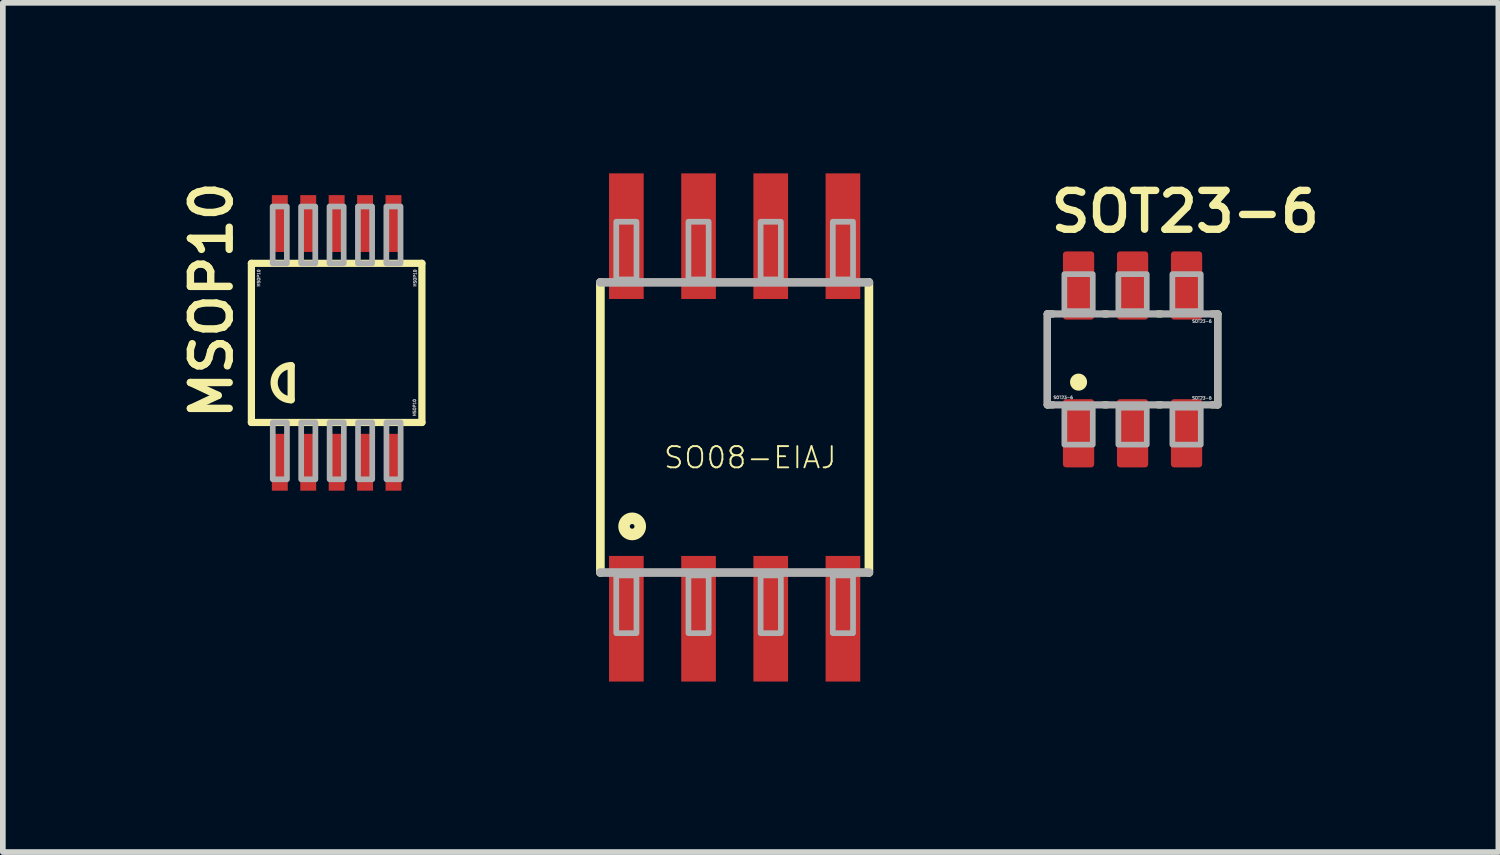
<source format=kicad_pcb>
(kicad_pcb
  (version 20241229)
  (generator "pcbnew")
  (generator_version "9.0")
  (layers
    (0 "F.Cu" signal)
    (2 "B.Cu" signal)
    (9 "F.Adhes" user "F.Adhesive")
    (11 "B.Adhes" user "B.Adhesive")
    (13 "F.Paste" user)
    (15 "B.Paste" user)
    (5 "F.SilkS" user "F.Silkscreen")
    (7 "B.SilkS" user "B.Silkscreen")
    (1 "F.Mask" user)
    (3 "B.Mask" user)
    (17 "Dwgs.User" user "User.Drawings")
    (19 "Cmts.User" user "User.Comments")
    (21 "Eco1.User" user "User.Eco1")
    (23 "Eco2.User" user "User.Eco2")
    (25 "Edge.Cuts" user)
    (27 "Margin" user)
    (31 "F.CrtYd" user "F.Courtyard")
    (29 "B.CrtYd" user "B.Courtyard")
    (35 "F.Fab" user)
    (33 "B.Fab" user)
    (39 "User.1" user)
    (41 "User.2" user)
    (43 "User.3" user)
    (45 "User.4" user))
  (footprint "SOT23-6"
    (layer "F.Cu")
    (at 16.876 3.273)
    (property "Reference" "SOT23-6" (at -1.5 -2.2 0) (layer "F.SilkS") (effects (font (size 0.683 0.683) (thickness 0.13)) (justify left bottom)))
    (property "Value" "SOT23-6" (at -1.4 -0.65 0) (layer "F.Fab") (hide yes) (effects (font (size 0.05 0.05) (thickness 0.15)) (justify left bottom)))
    (fp_line (start -1.5 0.8) (end -1.5 -0.8) (stroke (width 0.127) (type solid)) (layer "F.SilkS"))
    (fp_line (start -1.4 -0.8) (end -1.5 -0.8) (stroke (width 0.127) (type solid)) (layer "F.SilkS"))
    (fp_line (start -1.4 0.8) (end -1.5 0.8) (stroke (width 0.127) (type solid)) (layer "F.SilkS"))
    (fp_line (start -0.45 -0.8) (end -0.5 -0.8) (stroke (width 0.127) (type solid)) (layer "F.SilkS"))
    (fp_line (start -0.45 0.8) (end -0.5 0.8) (stroke (width 0.127) (type solid)) (layer "F.SilkS"))
    (fp_line (start 0.5 -0.8) (end 0.45 -0.8) (stroke (width 0.127) (type solid)) (layer "F.SilkS"))
    (fp_line (start 0.5 0.8) (end 0.45 0.8) (stroke (width 0.127) (type solid)) (layer "F.SilkS"))
    (fp_line (start 1.5 -0.8) (end 1.4 -0.8) (stroke (width 0.127) (type solid)) (layer "F.SilkS"))
    (fp_line (start 1.5 -0.8) (end 1.5 0.8) (stroke (width 0.127) (type solid)) (layer "F.SilkS"))
    (fp_line (start 1.5 0.8) (end 1.4 0.8) (stroke (width 0.127) (type solid)) (layer "F.SilkS"))
    (fp_circle (center -0.95 0.4) (end -0.875 0.4) (stroke (width 0.15) (type solid)) (fill yes) (layer "F.SilkS"))
    (fp_line (start -1.5 -0.8) (end 1.5 -0.8) (stroke (width 0.127) (type solid)) (layer "F.Fab"))
    (fp_line (start -1.5 0.8) (end -1.5 -0.8) (stroke (width 0.127) (type solid)) (layer "F.Fab"))
    (fp_line (start 1.5 0.8) (end -1.5 0.8) (stroke (width 0.127) (type solid)) (layer "F.Fab"))
    (fp_line (start 1.5 0.8) (end 1.5 -0.8) (stroke (width 0.127) (type solid)) (layer "F.Fab"))
    (fp_poly (pts (xy -1.2 -0.85) (xy -0.7 -0.85) (xy -0.7 -1.5) (xy -1.2 -1.5)) (stroke (width 0.1) (type default)) (fill no) (layer "F.Fab"))
    (fp_poly (pts (xy -1.2 1.5) (xy -0.7 1.5) (xy -0.7 0.85) (xy -1.2 0.85)) (stroke (width 0.1) (type default)) (fill no) (layer "F.Fab"))
    (fp_poly (pts (xy -0.25 -0.85) (xy 0.25 -0.85) (xy 0.25 -1.5) (xy -0.25 -1.5)) (stroke (width 0.1) (type default)) (fill no) (layer "F.Fab"))
    (fp_poly (pts (xy -0.25 1.5) (xy 0.25 1.5) (xy 0.25 0.85) (xy -0.25 0.85)) (stroke (width 0.1) (type default)) (fill no) (layer "F.Fab"))
    (fp_poly (pts (xy 0.7 -0.85) (xy 1.2 -0.85) (xy 1.2 -1.5) (xy 0.7 -1.5)) (stroke (width 0.1) (type default)) (fill no) (layer "F.Fab"))
    (fp_poly (pts (xy 0.7 1.5) (xy 1.2 1.5) (xy 1.2 0.85) (xy 0.7 0.85)) (stroke (width 0.1) (type default)) (fill no) (layer "F.Fab"))
    (fp_text user "${VALUE}" (at 1.4 -0.7 0) (layer "F.Fab") (effects (font (size 0.05 0.05) (thickness 0.15)) (justify right top)))
    (fp_text user "${VALUE}" (at 1.4 0.65 0) (layer "F.Fab") (effects (font (size 0.05 0.05) (thickness 0.15)) (justify right top)))
    (fp_text user "${VALUE}" (at -1.4 0.7 0) (layer "F.Fab") (effects (font (size 0.05 0.05) (thickness 0.15)) (justify left bottom)))
    (pad "1" smd roundrect (at -0.95 1.3) (size 0.55 1.2) (layers "F.Cu" "F.Mask" "F.Paste") (roundrect_rratio 0.1))
    (pad "2" smd roundrect (at 0 1.3) (size 0.55 1.2) (layers "F.Cu" "F.Mask" "F.Paste") (roundrect_rratio 0.1))
    (pad "3" smd roundrect (at 0.95 1.3) (size 0.55 1.2) (layers "F.Cu" "F.Mask" "F.Paste") (roundrect_rratio 0.1))
    (pad "4" smd roundrect (at 0.95 -1.3) (size 0.55 1.2) (layers "F.Cu" "F.Mask" "F.Paste") (roundrect_rratio 0.1))
    (pad "5" smd roundrect (at 0 -1.3) (size 0.55 1.2) (layers "F.Cu" "F.Mask" "F.Paste") (roundrect_rratio 0.1))
    (pad "6" smd roundrect (at -0.95 -1.3) (size 0.55 1.2) (layers "F.Cu" "F.Mask" "F.Paste") (roundrect_rratio 0.1)))
  (footprint "MSOP10"
    (layer "F.Cu")
    (at 2.873 2.983)
    (property "Reference" "MSOP10" (at -1.8 1.4 90) (layer "F.SilkS") (effects (font (size 0.683 0.683) (thickness 0.13)) (justify left bottom)))
    (property "Value" "MSOP10" (at -1.35 1.3 90) (layer "F.Fab") (hide yes) (effects (font (size 0.05 0.05) (thickness 0.15)) (justify left bottom)))
    (fp_line (start -1.5 -1.4) (end 1.5 -1.4) (stroke (width 0.127) (type solid)) (layer "F.SilkS"))
    (fp_line (start -1.5 1.4) (end -1.5 -1.4) (stroke (width 0.127) (type solid)) (layer "F.SilkS"))
    (fp_line (start -0.8 0.4) (end -0.8 1) (stroke (width 0.127) (type solid)) (layer "F.SilkS"))
    (fp_line (start 1.5 -1.4) (end 1.5 1.4) (stroke (width 0.127) (type solid)) (layer "F.SilkS"))
    (fp_line (start 1.5 1.4) (end -1.5 1.4) (stroke (width 0.127) (type solid)) (layer "F.SilkS"))
    (fp_arc (start -0.8 1) (mid -1.1 0.7) (end -0.8 0.4) (stroke (width 0.127) (type solid)) (layer "F.SilkS"))
    (fp_poly (pts (xy -1.126 -1.4) (xy -0.876 -1.4) (xy -0.876 -2.4) (xy -1.126 -2.4)) (stroke (width 0.1) (type default)) (fill no) (layer "F.Fab"))
    (fp_poly (pts (xy -1.124 2.4) (xy -0.874 2.4) (xy -0.874 1.4) (xy -1.124 1.4)) (stroke (width 0.1) (type default)) (fill no) (layer "F.Fab"))
    (fp_poly (pts (xy -0.626 -1.4) (xy -0.376 -1.4) (xy -0.376 -2.4) (xy -0.626 -2.4)) (stroke (width 0.1) (type default)) (fill no) (layer "F.Fab"))
    (fp_poly (pts (xy -0.624 2.4) (xy -0.374 2.4) (xy -0.374 1.4) (xy -0.624 1.4)) (stroke (width 0.1) (type default)) (fill no) (layer "F.Fab"))
    (fp_poly (pts (xy -0.126 -1.4) (xy 0.124 -1.4) (xy 0.124 -2.4) (xy -0.126 -2.4)) (stroke (width 0.1) (type default)) (fill no) (layer "F.Fab"))
    (fp_poly (pts (xy -0.124 2.4) (xy 0.126 2.4) (xy 0.126 1.4) (xy -0.124 1.4)) (stroke (width 0.1) (type default)) (fill no) (layer "F.Fab"))
    (fp_poly (pts (xy 0.374 -1.4) (xy 0.624 -1.4) (xy 0.624 -2.4) (xy 0.374 -2.4)) (stroke (width 0.1) (type default)) (fill no) (layer "F.Fab"))
    (fp_poly (pts (xy 0.376 2.4) (xy 0.626 2.4) (xy 0.626 1.4) (xy 0.376 1.4)) (stroke (width 0.1) (type default)) (fill no) (layer "F.Fab"))
    (fp_poly (pts (xy 0.874 -1.4) (xy 1.124 -1.4) (xy 1.124 -2.4) (xy 0.874 -2.4)) (stroke (width 0.1) (type default)) (fill no) (layer "F.Fab"))
    (fp_poly (pts (xy 0.876 2.4) (xy 1.126 2.4) (xy 1.126 1.4) (xy 0.876 1.4)) (stroke (width 0.1) (type default)) (fill no) (layer "F.Fab"))
    (fp_text user "${VALUE}" (at -1.4 -1.3 90) (layer "F.Fab") (effects (font (size 0.05 0.05) (thickness 0.15)) (justify right top)))
    (fp_text user "${VALUE}" (at 1.4 1.3 90) (layer "F.Fab") (effects (font (size 0.05 0.05) (thickness 0.15)) (justify left bottom)))
    (fp_text user "${VALUE}" (at 1.35 -1.3 90) (layer "F.Fab") (effects (font (size 0.05 0.05) (thickness 0.15)) (justify right top)))
    (pad "1" smd rect (at -1 2.1) (size 0.28 1) (layers "F.Cu" "F.Mask" "F.Paste"))
    (pad "2" smd rect (at -0.5 2.1) (size 0.28 1) (layers "F.Cu" "F.Mask" "F.Paste"))
    (pad "3" smd rect (at 0 2.1) (size 0.28 1) (layers "F.Cu" "F.Mask" "F.Paste"))
    (pad "4" smd rect (at 0.5 2.1) (size 0.28 1) (layers "F.Cu" "F.Mask" "F.Paste"))
    (pad "5" smd rect (at 1 2.1) (size 0.28 1) (layers "F.Cu" "F.Mask" "F.Paste"))
    (pad "6" smd rect (at 1 -2.1 180) (size 0.28 1) (layers "F.Cu" "F.Mask" "F.Paste"))
    (pad "7" smd rect (at 0.5 -2.1 180) (size 0.28 1) (layers "F.Cu" "F.Mask" "F.Paste"))
    (pad "8" smd rect (at 0 -2.1 180) (size 0.28 1) (layers "F.Cu" "F.Mask" "F.Paste"))
    (pad "9" smd rect (at -0.5 -2.1 180) (size 0.28 1) (layers "F.Cu" "F.Mask" "F.Paste"))
    (pad "10" smd rect (at -1 -2.1 180) (size 0.28 1) (layers "F.Cu" "F.Mask" "F.Paste")))
  (footprint "SO08-EIAJ"
    (layer "F.Cu")
    (at 9.875 4.458)
    (property "Reference" "SO08-EIAJ" (at -1.27 0.762 0) (layer "F.SilkS") (effects (font (size 0.374 0.374) (thickness 0.033)) (justify left bottom)))
    (fp_line (start -2.362 -2.54) (end -2.362 2.565) (stroke (width 0.152) (type solid)) (layer "F.SilkS"))
    (fp_line (start 2.362 2.565) (end 2.362 -2.54) (stroke (width 0.152) (type solid)) (layer "F.SilkS"))
    (fp_circle (center -1.803 1.753) (end -1.66 1.753) (stroke (width 0.203) (type solid)) (fill no) (layer "F.SilkS"))
    (fp_line (start -2.362 2.565) (end 2.362 2.565) (stroke (width 0.152) (type solid)) (layer "F.Fab"))
    (fp_line (start 2.362 -2.54) (end -2.362 -2.54) (stroke (width 0.152) (type solid)) (layer "F.Fab"))
    (fp_poly (pts (xy -2.083 -2.591) (xy -1.727 -2.591) (xy -1.727 -3.607) (xy -2.083 -3.607)) (stroke (width 0.1) (type default)) (fill no) (layer "F.Fab"))
    (fp_poly (pts (xy -2.083 3.632) (xy -1.727 3.632) (xy -1.727 2.616) (xy -2.083 2.616)) (stroke (width 0.1) (type default)) (fill no) (layer "F.Fab"))
    (fp_poly (pts (xy -0.813 -2.591) (xy -0.457 -2.591) (xy -0.457 -3.607) (xy -0.813 -3.607)) (stroke (width 0.1) (type default)) (fill no) (layer "F.Fab"))
    (fp_poly (pts (xy -0.813 3.632) (xy -0.457 3.632) (xy -0.457 2.616) (xy -0.813 2.616)) (stroke (width 0.1) (type default)) (fill no) (layer "F.Fab"))
    (fp_poly (pts (xy 0.457 -2.591) (xy 0.813 -2.591) (xy 0.813 -3.607) (xy 0.457 -3.607)) (stroke (width 0.1) (type default)) (fill no) (layer "F.Fab"))
    (fp_poly (pts (xy 0.457 3.632) (xy 0.813 3.632) (xy 0.813 2.616) (xy 0.457 2.616)) (stroke (width 0.1) (type default)) (fill no) (layer "F.Fab"))
    (fp_poly (pts (xy 1.727 -2.591) (xy 2.083 -2.591) (xy 2.083 -3.607) (xy 1.727 -3.607)) (stroke (width 0.1) (type default)) (fill no) (layer "F.Fab"))
    (fp_poly (pts (xy 1.727 3.632) (xy 2.083 3.632) (xy 2.083 2.616) (xy 1.727 2.616)) (stroke (width 0.1) (type default)) (fill no) (layer "F.Fab"))
    (pad "1" smd rect (at -1.905 3.378) (size 0.61 2.21) (layers "F.Cu" "F.Mask" "F.Paste"))
    (pad "2" smd rect (at -0.635 3.378) (size 0.61 2.21) (layers "F.Cu" "F.Mask" "F.Paste"))
    (pad "3" smd rect (at 0.635 3.378) (size 0.61 2.21) (layers "F.Cu" "F.Mask" "F.Paste"))
    (pad "4" smd rect (at 1.905 3.378) (size 0.61 2.21) (layers "F.Cu" "F.Mask" "F.Paste"))
    (pad "5" smd rect (at 1.905 -3.353) (size 0.61 2.21) (layers "F.Cu" "F.Mask" "F.Paste"))
    (pad "6" smd rect (at 0.635 -3.353) (size 0.61 2.21) (layers "F.Cu" "F.Mask" "F.Paste"))
    (pad "7" smd rect (at -0.635 -3.353) (size 0.61 2.21) (layers "F.Cu" "F.Mask" "F.Paste"))
    (pad "8" smd rect (at -1.905 -3.353) (size 0.61 2.21) (layers "F.Cu" "F.Mask" "F.Paste")))
  (gr_rect
    (start -3 -3)
    (end 23.312 11.941)
    (stroke (width 0.1) (type default))
    (fill no)
    (layer "Edge.Cuts")))
</source>
